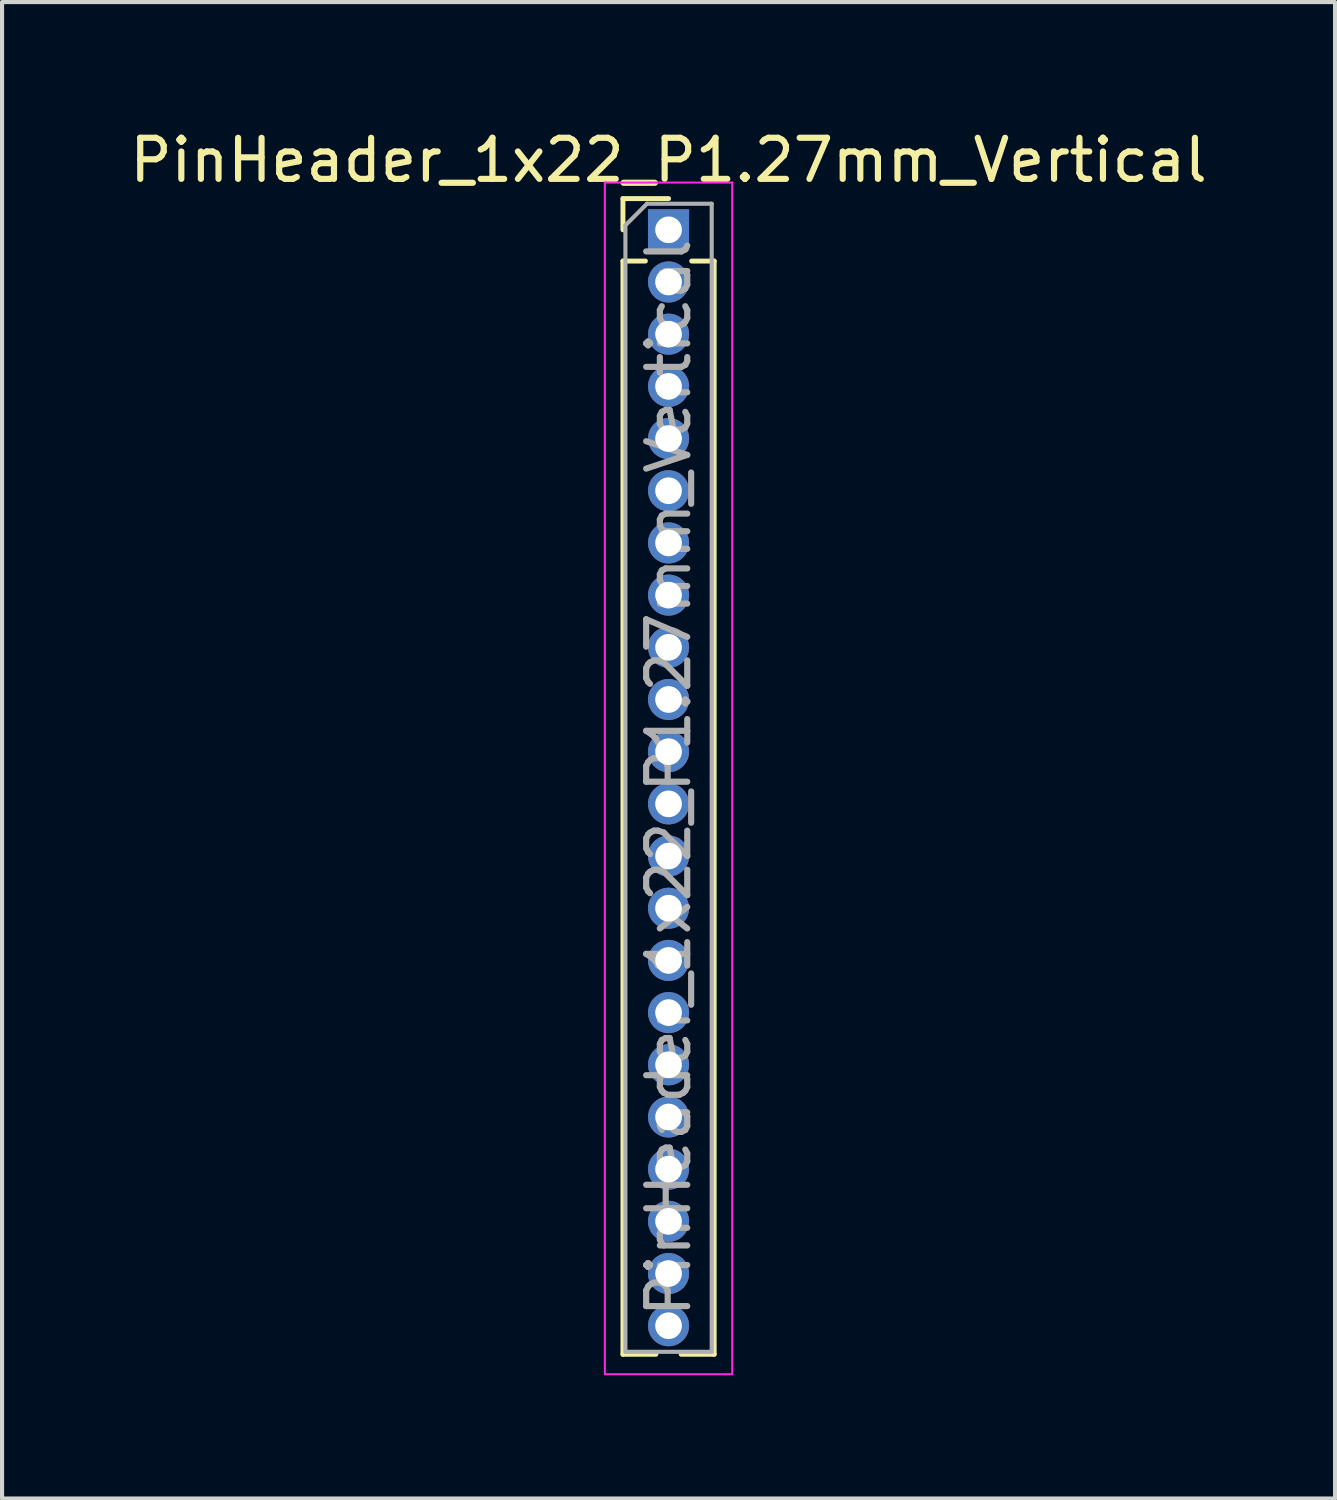
<source format=kicad_pcb>
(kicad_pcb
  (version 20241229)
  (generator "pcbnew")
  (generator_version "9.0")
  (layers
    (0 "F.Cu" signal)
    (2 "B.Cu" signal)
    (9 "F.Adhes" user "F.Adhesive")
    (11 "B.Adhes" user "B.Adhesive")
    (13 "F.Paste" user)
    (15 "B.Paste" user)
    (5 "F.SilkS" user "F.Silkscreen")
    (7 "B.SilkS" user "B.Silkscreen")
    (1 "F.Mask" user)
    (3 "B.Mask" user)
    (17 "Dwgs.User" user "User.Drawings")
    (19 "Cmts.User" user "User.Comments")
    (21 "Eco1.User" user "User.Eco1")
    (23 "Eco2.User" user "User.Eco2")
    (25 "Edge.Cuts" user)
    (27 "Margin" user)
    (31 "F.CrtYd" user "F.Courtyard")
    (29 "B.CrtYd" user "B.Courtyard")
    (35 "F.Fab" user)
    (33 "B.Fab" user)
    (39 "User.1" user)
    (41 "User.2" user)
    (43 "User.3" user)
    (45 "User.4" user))
  (footprint "PinHeader_1x22_P1.27mm_Vertical"
    (layer "F.Cu")
    (at 13.22 2.543)
    (property "Reference" "PinHeader_1x22_P1.27mm_Vertical" (at 0 -1.695 0) (layer "F.SilkS") (effects (font (size 1 1) (thickness 0.15))))
    (attr through_hole)
    (fp_line (start -1.11 -0.76) (end 0 -0.76) (stroke (width 0.12) (type solid)) (layer "F.SilkS"))
    (fp_line (start -1.11 0) (end -1.11 -0.76) (stroke (width 0.12) (type solid)) (layer "F.SilkS"))
    (fp_line (start -1.11 0.76) (end -1.11 27.365) (stroke (width 0.12) (type solid)) (layer "F.SilkS"))
    (fp_line (start -1.11 0.76) (end -0.563 0.76) (stroke (width 0.12) (type solid)) (layer "F.SilkS"))
    (fp_line (start -1.11 27.365) (end -0.308 27.365) (stroke (width 0.12) (type solid)) (layer "F.SilkS"))
    (fp_line (start 0.308 27.365) (end 1.11 27.365) (stroke (width 0.12) (type solid)) (layer "F.SilkS"))
    (fp_line (start 0.563 0.76) (end 1.11 0.76) (stroke (width 0.12) (type solid)) (layer "F.SilkS"))
    (fp_line (start 1.11 0.76) (end 1.11 27.365) (stroke (width 0.12) (type solid)) (layer "F.SilkS"))
    (fp_line (start -1.55 -1.15) (end -1.55 27.85) (stroke (width 0.05) (type solid)) (layer "F.CrtYd"))
    (fp_line (start -1.55 27.85) (end 1.55 27.85) (stroke (width 0.05) (type solid)) (layer "F.CrtYd"))
    (fp_line (start 1.55 -1.15) (end -1.55 -1.15) (stroke (width 0.05) (type solid)) (layer "F.CrtYd"))
    (fp_line (start 1.55 27.85) (end 1.55 -1.15) (stroke (width 0.05) (type solid)) (layer "F.CrtYd"))
    (fp_line (start -1.05 -0.11) (end -0.525 -0.635) (stroke (width 0.1) (type solid)) (layer "F.Fab"))
    (fp_line (start -1.05 27.305) (end -1.05 -0.11) (stroke (width 0.1) (type solid)) (layer "F.Fab"))
    (fp_line (start -0.525 -0.635) (end 1.05 -0.635) (stroke (width 0.1) (type solid)) (layer "F.Fab"))
    (fp_line (start 1.05 -0.635) (end 1.05 27.305) (stroke (width 0.1) (type solid)) (layer "F.Fab"))
    (fp_line (start 1.05 27.305) (end -1.05 27.305) (stroke (width 0.1) (type solid)) (layer "F.Fab"))
    (fp_text user "${REFERENCE}" (at 0 13.335 90) (layer "F.Fab") (effects (font (size 1 1) (thickness 0.15))))
    (pad "1" thru_hole rect (at 0 0) (size 1 1) (drill 0.65) (layers "*.Cu" "*.Mask"))
    (pad "2" thru_hole oval (at 0 1.27) (size 1 1) (drill 0.65) (layers "*.Cu" "*.Mask"))
    (pad "3" thru_hole oval (at 0 2.54) (size 1 1) (drill 0.65) (layers "*.Cu" "*.Mask"))
    (pad "4" thru_hole oval (at 0 3.81) (size 1 1) (drill 0.65) (layers "*.Cu" "*.Mask"))
    (pad "5" thru_hole oval (at 0 5.08) (size 1 1) (drill 0.65) (layers "*.Cu" "*.Mask"))
    (pad "6" thru_hole oval (at 0 6.35) (size 1 1) (drill 0.65) (layers "*.Cu" "*.Mask"))
    (pad "7" thru_hole oval (at 0 7.62) (size 1 1) (drill 0.65) (layers "*.Cu" "*.Mask"))
    (pad "8" thru_hole oval (at 0 8.89) (size 1 1) (drill 0.65) (layers "*.Cu" "*.Mask"))
    (pad "9" thru_hole oval (at 0 10.16) (size 1 1) (drill 0.65) (layers "*.Cu" "*.Mask"))
    (pad "10" thru_hole oval (at 0 11.43) (size 1 1) (drill 0.65) (layers "*.Cu" "*.Mask"))
    (pad "11" thru_hole oval (at 0 12.7) (size 1 1) (drill 0.65) (layers "*.Cu" "*.Mask"))
    (pad "12" thru_hole oval (at 0 13.97) (size 1 1) (drill 0.65) (layers "*.Cu" "*.Mask"))
    (pad "13" thru_hole oval (at 0 15.24) (size 1 1) (drill 0.65) (layers "*.Cu" "*.Mask"))
    (pad "14" thru_hole oval (at 0 16.51) (size 1 1) (drill 0.65) (layers "*.Cu" "*.Mask"))
    (pad "15" thru_hole oval (at 0 17.78) (size 1 1) (drill 0.65) (layers "*.Cu" "*.Mask"))
    (pad "16" thru_hole oval (at 0 19.05) (size 1 1) (drill 0.65) (layers "*.Cu" "*.Mask"))
    (pad "17" thru_hole oval (at 0 20.32) (size 1 1) (drill 0.65) (layers "*.Cu" "*.Mask"))
    (pad "18" thru_hole oval (at 0 21.59) (size 1 1) (drill 0.65) (layers "*.Cu" "*.Mask"))
    (pad "19" thru_hole oval (at 0 22.86) (size 1 1) (drill 0.65) (layers "*.Cu" "*.Mask"))
    (pad "20" thru_hole oval (at 0 24.13) (size 1 1) (drill 0.65) (layers "*.Cu" "*.Mask"))
    (pad "21" thru_hole oval (at 0 25.4) (size 1 1) (drill 0.65) (layers "*.Cu" "*.Mask"))
    (pad "22" thru_hole oval (at 0 26.67) (size 1 1) (drill 0.65) (layers "*.Cu" "*.Mask")))
  (gr_rect
    (start -3 -3)
    (end 29.44 33.418)
    (stroke (width 0.1) (type default))
    (fill no)
    (layer "Edge.Cuts")))
</source>
